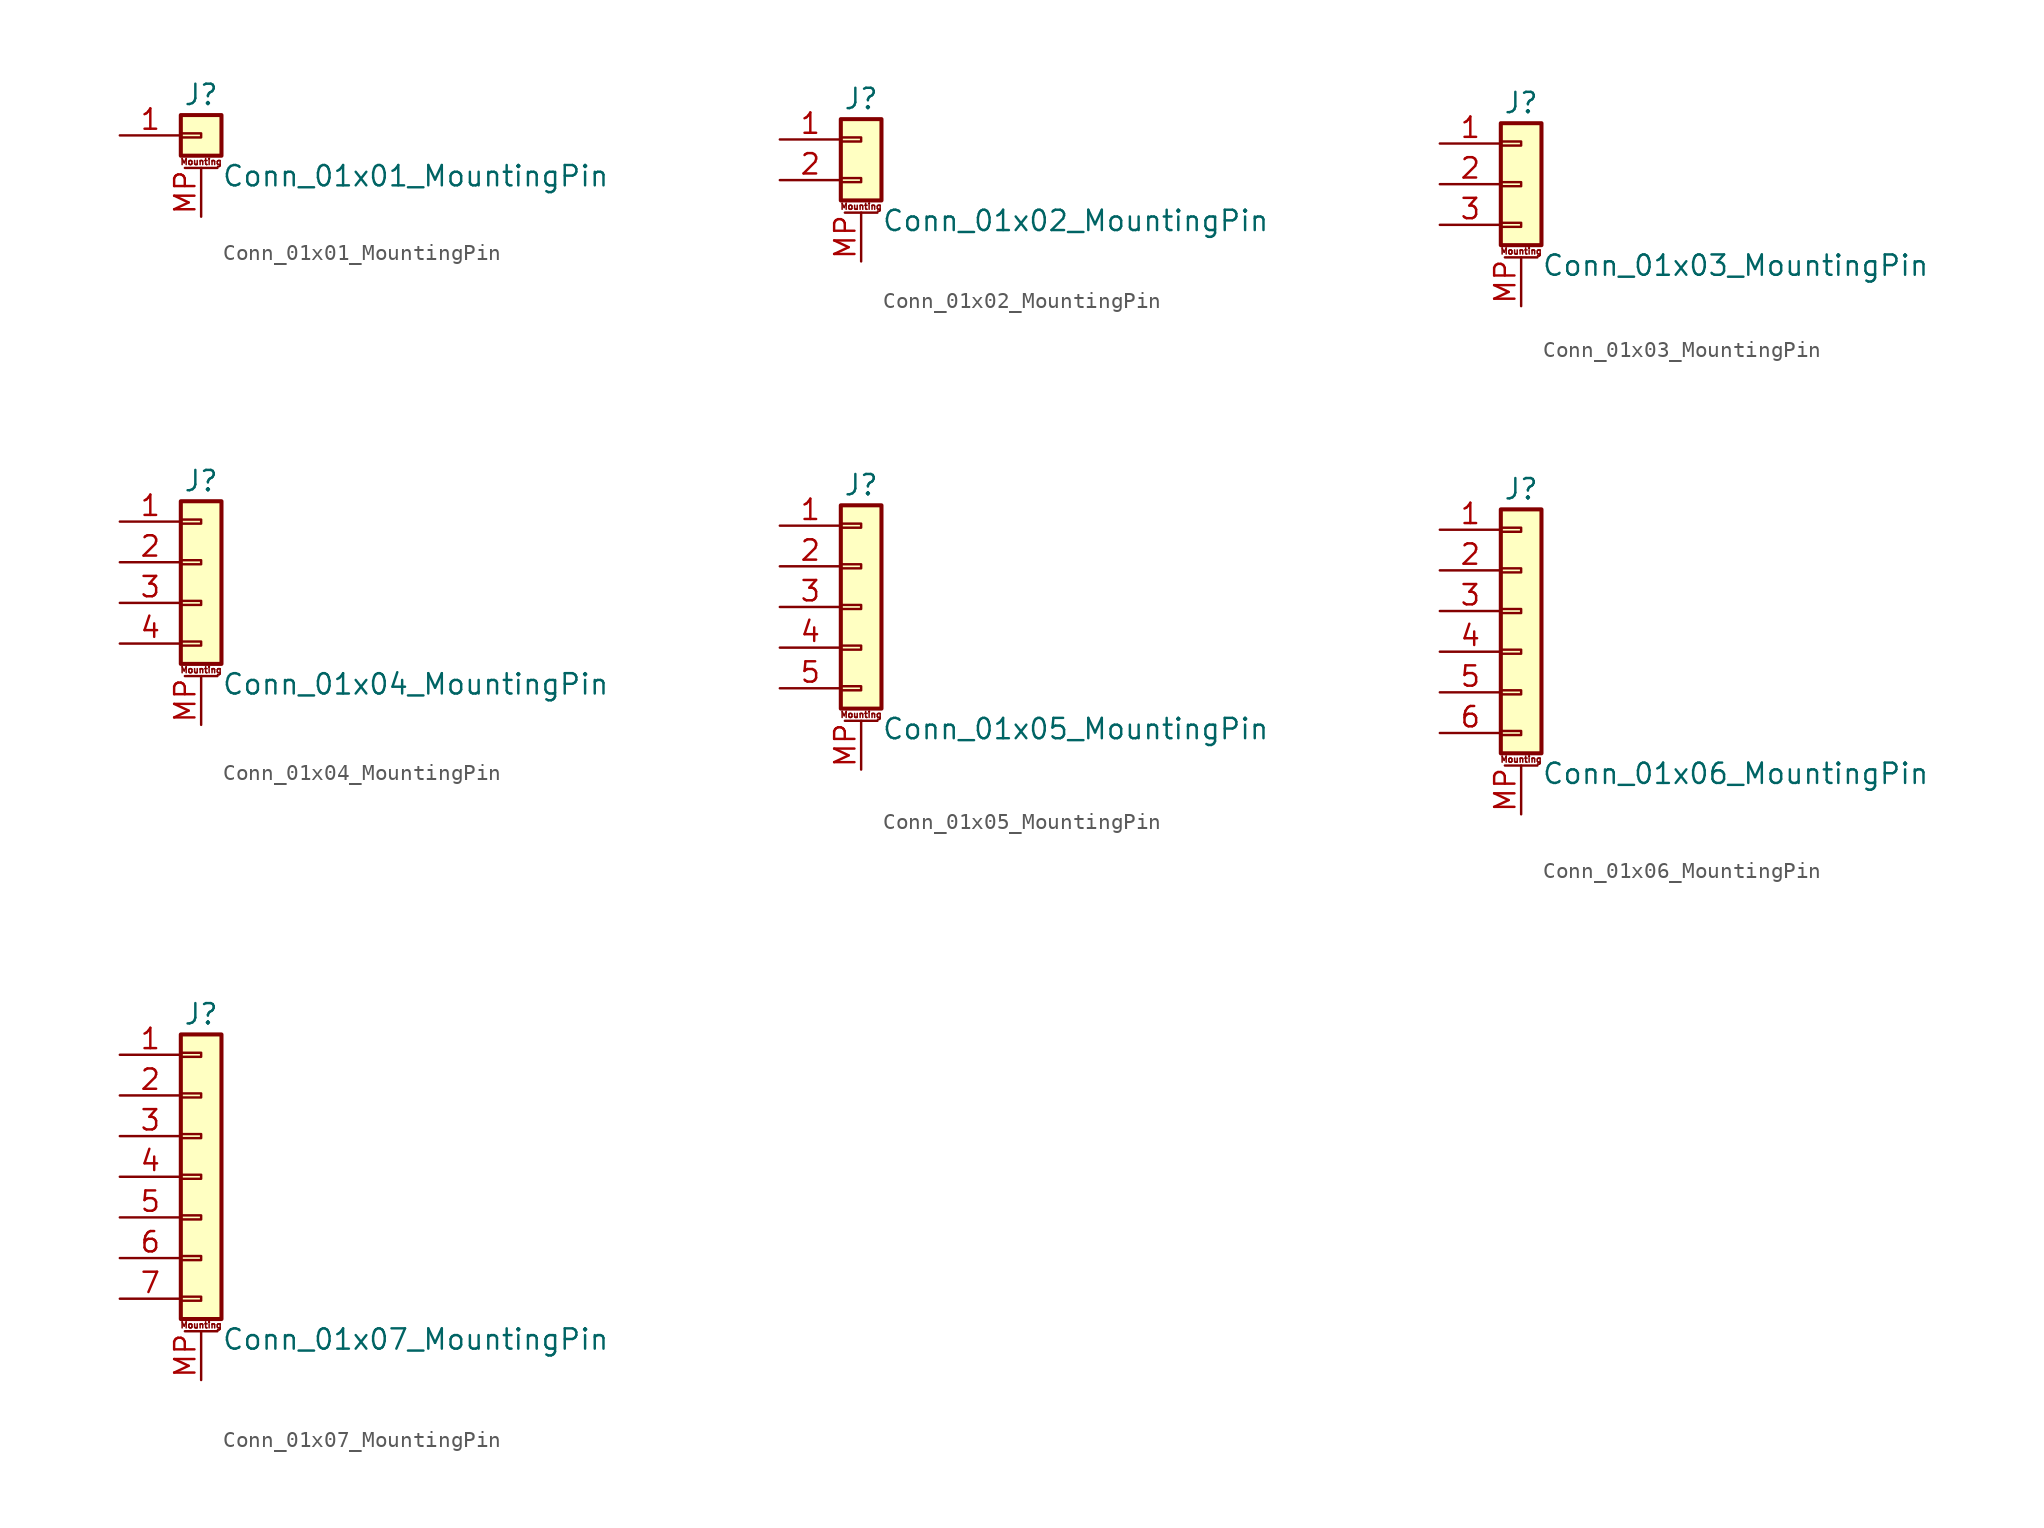
<source format=kicad_sym>
(kicad_symbol_lib
  (version 20201005)
  (generator kicad_symbol_editor)
  (symbol "Connector_Generic_MountingPin:Conn_01x01_MountingPin"
    (pin_names
      (offset 1.016) hide)
    (property "Reference" "J"
      (at 0 2.54 0)
      (effects (font (size 1.27 1.27))))
    (property "Value" "Conn_01x01_MountingPin"
      (at 1.27 -2.54 0)
      (effects (font (size 1.27 1.27)) (justify left)))
    (symbol "Conn_01x01_MountingPin_1_1"
      (text "Mounting" (at 0 -1.651 0) (effects (font (size 0.381 0.381))))
      (rectangle (start -1.27 0.127) (end 0 -0.127) (stroke (width 0.152)) (fill (type none)))
      (rectangle (start -1.27 1.27) (end 1.27 -1.27) (stroke (width 0.254)) (fill (type background)))
      (polyline (pts (xy -1.016 -2.032) (xy 1.016 -2.032)) (stroke (width 0.152)) (fill (type none)))
      (pin passive line (at 0 -5.08 90) (length 3.048) (name "MountPin" (effects (font (size 1.27 1.27)))) (number "MP" (effects (font (size 1.27 1.27)))))
      (pin passive line (at -5.08 0 0) (length 3.81) (name "Pin_1" (effects (font (size 1.27 1.27)))) (number "1" (effects (font (size 1.27 1.27)))))))
  (symbol "Connector_Generic_MountingPin:Conn_01x02_MountingPin"
    (pin_names
      (offset 1.016) hide)
    (property "Reference" "J"
      (at 0 2.54 0)
      (effects (font (size 1.27 1.27))))
    (property "Value" "Conn_01x02_MountingPin"
      (at 1.27 -5.08 0)
      (effects (font (size 1.27 1.27)) (justify left)))
    (symbol "Conn_01x02_MountingPin_1_1"
      (text "Mounting" (at 0 -4.191 0) (effects (font (size 0.381 0.381))))
      (rectangle (start -1.27 -2.413) (end 0 -2.667) (stroke (width 0.152)) (fill (type none)))
      (rectangle (start -1.27 0.127) (end 0 -0.127) (stroke (width 0.152)) (fill (type none)))
      (rectangle (start -1.27 1.27) (end 1.27 -3.81) (stroke (width 0.254)) (fill (type background)))
      (polyline (pts (xy -1.016 -4.572) (xy 1.016 -4.572)) (stroke (width 0.152)) (fill (type none)))
      (pin passive line (at 0 -7.62 90) (length 3.048) (name "MountPin" (effects (font (size 1.27 1.27)))) (number "MP" (effects (font (size 1.27 1.27)))))
      (pin passive line (at -5.08 0 0) (length 3.81) (name "Pin_1" (effects (font (size 1.27 1.27)))) (number "1" (effects (font (size 1.27 1.27)))))
      (pin passive line (at -5.08 -2.54 0) (length 3.81) (name "Pin_2" (effects (font (size 1.27 1.27)))) (number "2" (effects (font (size 1.27 1.27)))))))
  (symbol "Connector_Generic_MountingPin:Conn_01x03_MountingPin"
    (pin_names
      (offset 1.016) hide)
    (property "Reference" "J"
      (at 0 5.08 0)
      (effects (font (size 1.27 1.27))))
    (property "Value" "Conn_01x03_MountingPin"
      (at 1.27 -5.08 0)
      (effects (font (size 1.27 1.27)) (justify left)))
    (symbol "Conn_01x03_MountingPin_1_1"
      (text "Mounting" (at 0 -4.191 0) (effects (font (size 0.381 0.381))))
      (rectangle (start -1.27 -2.413) (end 0 -2.667) (stroke (width 0.152)) (fill (type none)))
      (rectangle (start -1.27 2.667) (end 0 2.413) (stroke (width 0.152)) (fill (type none)))
      (rectangle (start -1.27 3.81) (end 1.27 -3.81) (stroke (width 0.254)) (fill (type background)))
      (rectangle (start -1.27 0.127) (end 0 -0.127) (stroke (width 0.152)) (fill (type none)))
      (polyline (pts (xy -1.016 -4.572) (xy 1.016 -4.572)) (stroke (width 0.152)) (fill (type none)))
      (pin passive line (at 0 -7.62 90) (length 3.048) (name "MountPin" (effects (font (size 1.27 1.27)))) (number "MP" (effects (font (size 1.27 1.27)))))
      (pin passive line (at -5.08 2.54 0) (length 3.81) (name "Pin_1" (effects (font (size 1.27 1.27)))) (number "1" (effects (font (size 1.27 1.27)))))
      (pin passive line (at -5.08 0 0) (length 3.81) (name "Pin_2" (effects (font (size 1.27 1.27)))) (number "2" (effects (font (size 1.27 1.27)))))
      (pin passive line (at -5.08 -2.54 0) (length 3.81) (name "Pin_3" (effects (font (size 1.27 1.27)))) (number "3" (effects (font (size 1.27 1.27)))))))
  (symbol "Connector_Generic_MountingPin:Conn_01x04_MountingPin"
    (pin_names
      (offset 1.016) hide)
    (property "Reference" "J"
      (at 0 5.08 0)
      (effects (font (size 1.27 1.27))))
    (property "Value" "Conn_01x04_MountingPin"
      (at 1.27 -7.62 0)
      (effects (font (size 1.27 1.27)) (justify left)))
    (symbol "Conn_01x04_MountingPin_1_1"
      (text "Mounting" (at 0 -6.731 0) (effects (font (size 0.381 0.381))))
      (rectangle (start -1.27 -4.953) (end 0 -5.207) (stroke (width 0.152)) (fill (type none)))
      (rectangle (start -1.27 -2.413) (end 0 -2.667) (stroke (width 0.152)) (fill (type none)))
      (rectangle (start -1.27 2.667) (end 0 2.413) (stroke (width 0.152)) (fill (type none)))
      (rectangle (start -1.27 3.81) (end 1.27 -6.35) (stroke (width 0.254)) (fill (type background)))
      (rectangle (start -1.27 0.127) (end 0 -0.127) (stroke (width 0.152)) (fill (type none)))
      (polyline (pts (xy -1.016 -7.112) (xy 1.016 -7.112)) (stroke (width 0.152)) (fill (type none)))
      (pin passive line (at 0 -10.16 90) (length 3.048) (name "MountPin" (effects (font (size 1.27 1.27)))) (number "MP" (effects (font (size 1.27 1.27)))))
      (pin passive line (at -5.08 2.54 0) (length 3.81) (name "Pin_1" (effects (font (size 1.27 1.27)))) (number "1" (effects (font (size 1.27 1.27)))))
      (pin passive line (at -5.08 0 0) (length 3.81) (name "Pin_2" (effects (font (size 1.27 1.27)))) (number "2" (effects (font (size 1.27 1.27)))))
      (pin passive line (at -5.08 -2.54 0) (length 3.81) (name "Pin_3" (effects (font (size 1.27 1.27)))) (number "3" (effects (font (size 1.27 1.27)))))
      (pin passive line (at -5.08 -5.08 0) (length 3.81) (name "Pin_4" (effects (font (size 1.27 1.27)))) (number "4" (effects (font (size 1.27 1.27)))))))
  (symbol "Connector_Generic_MountingPin:Conn_01x05_MountingPin"
    (pin_names
      (offset 1.016) hide)
    (property "Reference" "J"
      (at 0 7.62 0)
      (effects (font (size 1.27 1.27))))
    (property "Value" "Conn_01x05_MountingPin"
      (at 1.27 -7.62 0)
      (effects (font (size 1.27 1.27)) (justify left)))
    (symbol "Conn_01x05_MountingPin_1_1"
      (text "Mounting" (at 0 -6.731 0) (effects (font (size 0.381 0.381))))
      (rectangle (start -1.27 -4.953) (end 0 -5.207) (stroke (width 0.152)) (fill (type none)))
      (rectangle (start -1.27 -2.413) (end 0 -2.667) (stroke (width 0.152)) (fill (type none)))
      (rectangle (start -1.27 2.667) (end 0 2.413) (stroke (width 0.152)) (fill (type none)))
      (rectangle (start -1.27 5.207) (end 0 4.953) (stroke (width 0.152)) (fill (type none)))
      (rectangle (start -1.27 6.35) (end 1.27 -6.35) (stroke (width 0.254)) (fill (type background)))
      (rectangle (start -1.27 0.127) (end 0 -0.127) (stroke (width 0.152)) (fill (type none)))
      (polyline (pts (xy -1.016 -7.112) (xy 1.016 -7.112)) (stroke (width 0.152)) (fill (type none)))
      (pin passive line (at 0 -10.16 90) (length 3.048) (name "MountPin" (effects (font (size 1.27 1.27)))) (number "MP" (effects (font (size 1.27 1.27)))))
      (pin passive line (at -5.08 5.08 0) (length 3.81) (name "Pin_1" (effects (font (size 1.27 1.27)))) (number "1" (effects (font (size 1.27 1.27)))))
      (pin passive line (at -5.08 2.54 0) (length 3.81) (name "Pin_2" (effects (font (size 1.27 1.27)))) (number "2" (effects (font (size 1.27 1.27)))))
      (pin passive line (at -5.08 0 0) (length 3.81) (name "Pin_3" (effects (font (size 1.27 1.27)))) (number "3" (effects (font (size 1.27 1.27)))))
      (pin passive line (at -5.08 -2.54 0) (length 3.81) (name "Pin_4" (effects (font (size 1.27 1.27)))) (number "4" (effects (font (size 1.27 1.27)))))
      (pin passive line (at -5.08 -5.08 0) (length 3.81) (name "Pin_5" (effects (font (size 1.27 1.27)))) (number "5" (effects (font (size 1.27 1.27)))))))
  (symbol "Connector_Generic_MountingPin:Conn_01x06_MountingPin"
    (pin_names
      (offset 1.016) hide)
    (property "Reference" "J"
      (at 0 7.62 0)
      (effects (font (size 1.27 1.27))))
    (property "Value" "Conn_01x06_MountingPin"
      (at 1.27 -10.16 0)
      (effects (font (size 1.27 1.27)) (justify left)))
    (symbol "Conn_01x06_MountingPin_1_1"
      (text "Mounting" (at 0 -9.271 0) (effects (font (size 0.381 0.381))))
      (rectangle (start -1.27 -4.953) (end 0 -5.207) (stroke (width 0.152)) (fill (type none)))
      (rectangle (start -1.27 -7.493) (end 0 -7.747) (stroke (width 0.152)) (fill (type none)))
      (rectangle (start -1.27 -2.413) (end 0 -2.667) (stroke (width 0.152)) (fill (type none)))
      (rectangle (start -1.27 2.667) (end 0 2.413) (stroke (width 0.152)) (fill (type none)))
      (rectangle (start -1.27 5.207) (end 0 4.953) (stroke (width 0.152)) (fill (type none)))
      (rectangle (start -1.27 6.35) (end 1.27 -8.89) (stroke (width 0.254)) (fill (type background)))
      (rectangle (start -1.27 0.127) (end 0 -0.127) (stroke (width 0.152)) (fill (type none)))
      (polyline (pts (xy -1.016 -9.652) (xy 1.016 -9.652)) (stroke (width 0.152)) (fill (type none)))
      (pin passive line (at 0 -12.7 90) (length 3.048) (name "MountPin" (effects (font (size 1.27 1.27)))) (number "MP" (effects (font (size 1.27 1.27)))))
      (pin passive line (at -5.08 5.08 0) (length 3.81) (name "Pin_1" (effects (font (size 1.27 1.27)))) (number "1" (effects (font (size 1.27 1.27)))))
      (pin passive line (at -5.08 2.54 0) (length 3.81) (name "Pin_2" (effects (font (size 1.27 1.27)))) (number "2" (effects (font (size 1.27 1.27)))))
      (pin passive line (at -5.08 0 0) (length 3.81) (name "Pin_3" (effects (font (size 1.27 1.27)))) (number "3" (effects (font (size 1.27 1.27)))))
      (pin passive line (at -5.08 -2.54 0) (length 3.81) (name "Pin_4" (effects (font (size 1.27 1.27)))) (number "4" (effects (font (size 1.27 1.27)))))
      (pin passive line (at -5.08 -5.08 0) (length 3.81) (name "Pin_5" (effects (font (size 1.27 1.27)))) (number "5" (effects (font (size 1.27 1.27)))))
      (pin passive line (at -5.08 -7.62 0) (length 3.81) (name "Pin_6" (effects (font (size 1.27 1.27)))) (number "6" (effects (font (size 1.27 1.27)))))))
  (symbol "Connector_Generic_MountingPin:Conn_01x07_MountingPin"
    (pin_names
      (offset 1.016) hide)
    (property "Reference" "J"
      (at 0 10.16 0)
      (effects (font (size 1.27 1.27))))
    (property "Value" "Conn_01x07_MountingPin"
      (at 1.27 -10.16 0)
      (effects (font (size 1.27 1.27)) (justify left)))
    (symbol "Conn_01x07_MountingPin_1_1"
      (text "Mounting" (at 0 -9.271 0) (effects (font (size 0.381 0.381))))
      (rectangle (start -1.27 -4.953) (end 0 -5.207) (stroke (width 0.152)) (fill (type none)))
      (rectangle (start -1.27 -7.493) (end 0 -7.747) (stroke (width 0.152)) (fill (type none)))
      (rectangle (start -1.27 -2.413) (end 0 -2.667) (stroke (width 0.152)) (fill (type none)))
      (rectangle (start -1.27 2.667) (end 0 2.413) (stroke (width 0.152)) (fill (type none)))
      (rectangle (start -1.27 5.207) (end 0 4.953) (stroke (width 0.152)) (fill (type none)))
      (rectangle (start -1.27 7.747) (end 0 7.493) (stroke (width 0.152)) (fill (type none)))
      (rectangle (start -1.27 8.89) (end 1.27 -8.89) (stroke (width 0.254)) (fill (type background)))
      (rectangle (start -1.27 0.127) (end 0 -0.127) (stroke (width 0.152)) (fill (type none)))
      (polyline (pts (xy -1.016 -9.652) (xy 1.016 -9.652)) (stroke (width 0.152)) (fill (type none)))
      (pin passive line (at 0 -12.7 90) (length 3.048) (name "MountPin" (effects (font (size 1.27 1.27)))) (number "MP" (effects (font (size 1.27 1.27)))))
      (pin passive line (at -5.08 7.62 0) (length 3.81) (name "Pin_1" (effects (font (size 1.27 1.27)))) (number "1" (effects (font (size 1.27 1.27)))))
      (pin passive line (at -5.08 5.08 0) (length 3.81) (name "Pin_2" (effects (font (size 1.27 1.27)))) (number "2" (effects (font (size 1.27 1.27)))))
      (pin passive line (at -5.08 2.54 0) (length 3.81) (name "Pin_3" (effects (font (size 1.27 1.27)))) (number "3" (effects (font (size 1.27 1.27)))))
      (pin passive line (at -5.08 0 0) (length 3.81) (name "Pin_4" (effects (font (size 1.27 1.27)))) (number "4" (effects (font (size 1.27 1.27)))))
      (pin passive line (at -5.08 -2.54 0) (length 3.81) (name "Pin_5" (effects (font (size 1.27 1.27)))) (number "5" (effects (font (size 1.27 1.27)))))
      (pin passive line (at -5.08 -5.08 0) (length 3.81) (name "Pin_6" (effects (font (size 1.27 1.27)))) (number "6" (effects (font (size 1.27 1.27)))))
      (pin passive line (at -5.08 -7.62 0) (length 3.81) (name "Pin_7" (effects (font (size 1.27 1.27)))) (number "7" (effects (font (size 1.27 1.27))))))))
</source>
